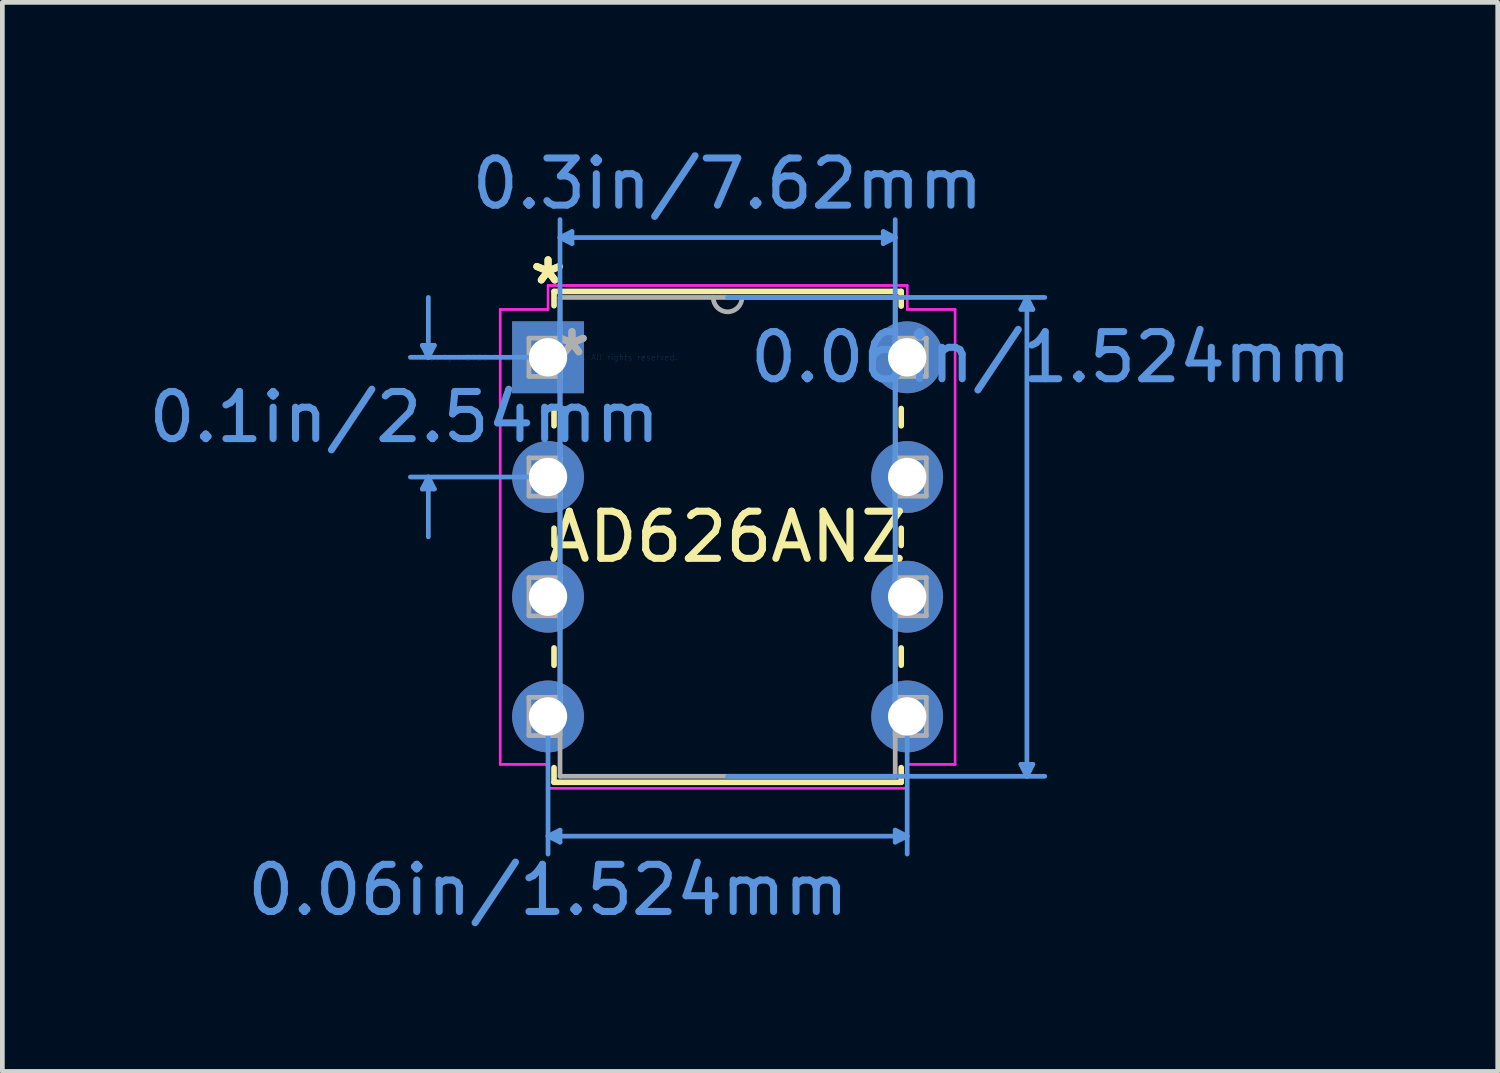
<source format=kicad_pcb>
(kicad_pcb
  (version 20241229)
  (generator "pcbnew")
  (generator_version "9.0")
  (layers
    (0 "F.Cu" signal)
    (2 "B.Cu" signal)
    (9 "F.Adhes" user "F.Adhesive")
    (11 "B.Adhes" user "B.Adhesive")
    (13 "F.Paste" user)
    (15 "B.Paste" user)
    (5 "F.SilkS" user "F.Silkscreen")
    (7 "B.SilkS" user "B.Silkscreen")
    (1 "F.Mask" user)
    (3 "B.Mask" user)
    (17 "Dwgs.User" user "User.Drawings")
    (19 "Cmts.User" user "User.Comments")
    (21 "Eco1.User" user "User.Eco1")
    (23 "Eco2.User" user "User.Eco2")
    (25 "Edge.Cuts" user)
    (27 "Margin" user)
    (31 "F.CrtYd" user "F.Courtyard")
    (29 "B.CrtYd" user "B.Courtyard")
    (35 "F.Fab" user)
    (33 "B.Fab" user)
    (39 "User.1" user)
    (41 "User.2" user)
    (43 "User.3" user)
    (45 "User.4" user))
  (footprint "AD626ANZ"
    (layer "F.Cu")
    (at 8.578 4.531)
    (property "Reference" "AD626ANZ" (at 3.81 3.81 0) (layer "F.SilkS") (effects (font (size 1 1) (thickness 0.15))))
    (attr through_hole)
    (fp_line (start 0.127 -1.397) (end 0.127 -1.095) (stroke (width 0.12) (type solid)) (layer "F.SilkS"))
    (fp_line (start 0.127 1.095) (end 0.127 1.453) (stroke (width 0.12) (type solid)) (layer "F.SilkS"))
    (fp_line (start 0.127 3.627) (end 0.127 3.993) (stroke (width 0.12) (type solid)) (layer "F.SilkS"))
    (fp_line (start 0.127 6.167) (end 0.127 6.533) (stroke (width 0.12) (type solid)) (layer "F.SilkS"))
    (fp_line (start 0.127 8.707) (end 0.127 9.017) (stroke (width 0.12) (type solid)) (layer "F.SilkS"))
    (fp_line (start 0.127 9.017) (end 7.493 9.017) (stroke (width 0.12) (type solid)) (layer "F.SilkS"))
    (fp_line (start 7.493 -1.397) (end 0.127 -1.397) (stroke (width 0.12) (type solid)) (layer "F.SilkS"))
    (fp_line (start 7.493 -1.087) (end 7.493 -1.397) (stroke (width 0.12) (type solid)) (layer "F.SilkS"))
    (fp_line (start 7.493 1.453) (end 7.493 1.087) (stroke (width 0.12) (type solid)) (layer "F.SilkS"))
    (fp_line (start 7.493 3.993) (end 7.493 3.627) (stroke (width 0.12) (type solid)) (layer "F.SilkS"))
    (fp_line (start 7.493 6.533) (end 7.493 6.167) (stroke (width 0.12) (type solid)) (layer "F.SilkS"))
    (fp_line (start 7.493 9.017) (end 7.493 8.707) (stroke (width 0.12) (type solid)) (layer "F.SilkS"))
    (fp_line (start -2.667 -0.254) (end -2.413 -0.254) (stroke (width 0.1) (type solid)) (layer "Cmts.User"))
    (fp_line (start -2.667 2.794) (end -2.413 2.794) (stroke (width 0.1) (type solid)) (layer "Cmts.User"))
    (fp_line (start -2.54 0) (end -2.667 -0.254) (stroke (width 0.1) (type solid)) (layer "Cmts.User"))
    (fp_line (start -2.54 0) (end -2.54 -1.27) (stroke (width 0.1) (type solid)) (layer "Cmts.User"))
    (fp_line (start -2.54 0) (end -2.413 -0.254) (stroke (width 0.1) (type solid)) (layer "Cmts.User"))
    (fp_line (start -2.54 2.54) (end -2.667 2.794) (stroke (width 0.1) (type solid)) (layer "Cmts.User"))
    (fp_line (start -2.54 2.54) (end -2.54 3.81) (stroke (width 0.1) (type solid)) (layer "Cmts.User"))
    (fp_line (start -2.54 2.54) (end -2.413 2.794) (stroke (width 0.1) (type solid)) (layer "Cmts.User"))
    (fp_line (start 0 0) (end -2.921 0) (stroke (width 0.1) (type solid)) (layer "Cmts.User"))
    (fp_line (start 0 2.54) (end -2.921 2.54) (stroke (width 0.1) (type solid)) (layer "Cmts.User"))
    (fp_line (start 0 7.62) (end 0 10.541) (stroke (width 0.1) (type solid)) (layer "Cmts.User"))
    (fp_line (start 0 10.16) (end 0.254 10.033) (stroke (width 0.1) (type solid)) (layer "Cmts.User"))
    (fp_line (start 0 10.16) (end 0.254 10.287) (stroke (width 0.1) (type solid)) (layer "Cmts.User"))
    (fp_line (start 0 10.16) (end 7.62 10.16) (stroke (width 0.1) (type solid)) (layer "Cmts.User"))
    (fp_line (start 0.254 -2.54) (end 0.508 -2.667) (stroke (width 0.1) (type solid)) (layer "Cmts.User"))
    (fp_line (start 0.254 -2.54) (end 0.508 -2.413) (stroke (width 0.1) (type solid)) (layer "Cmts.User"))
    (fp_line (start 0.254 -2.54) (end 7.366 -2.54) (stroke (width 0.1) (type solid)) (layer "Cmts.User"))
    (fp_line (start 0.254 7.62) (end 0.254 -2.921) (stroke (width 0.1) (type solid)) (layer "Cmts.User"))
    (fp_line (start 0.254 10.033) (end 0.254 10.287) (stroke (width 0.1) (type solid)) (layer "Cmts.User"))
    (fp_line (start 0.508 -2.667) (end 0.508 -2.413) (stroke (width 0.1) (type solid)) (layer "Cmts.User"))
    (fp_line (start 3.81 -1.27) (end 10.541 -1.27) (stroke (width 0.1) (type solid)) (layer "Cmts.User"))
    (fp_line (start 3.81 8.89) (end 10.541 8.89) (stroke (width 0.1) (type solid)) (layer "Cmts.User"))
    (fp_line (start 7.112 -2.667) (end 7.112 -2.413) (stroke (width 0.1) (type solid)) (layer "Cmts.User"))
    (fp_line (start 7.366 -2.54) (end 7.112 -2.667) (stroke (width 0.1) (type solid)) (layer "Cmts.User"))
    (fp_line (start 7.366 -2.54) (end 7.112 -2.413) (stroke (width 0.1) (type solid)) (layer "Cmts.User"))
    (fp_line (start 7.366 7.62) (end 7.366 -2.921) (stroke (width 0.1) (type solid)) (layer "Cmts.User"))
    (fp_line (start 7.366 10.033) (end 7.366 10.287) (stroke (width 0.1) (type solid)) (layer "Cmts.User"))
    (fp_line (start 7.62 7.62) (end 7.62 10.541) (stroke (width 0.1) (type solid)) (layer "Cmts.User"))
    (fp_line (start 7.62 10.16) (end 7.366 10.033) (stroke (width 0.1) (type solid)) (layer "Cmts.User"))
    (fp_line (start 7.62 10.16) (end 7.366 10.287) (stroke (width 0.1) (type solid)) (layer "Cmts.User"))
    (fp_line (start 10.033 -1.016) (end 10.287 -1.016) (stroke (width 0.1) (type solid)) (layer "Cmts.User"))
    (fp_line (start 10.033 8.636) (end 10.287 8.636) (stroke (width 0.1) (type solid)) (layer "Cmts.User"))
    (fp_line (start 10.16 -1.27) (end 10.033 -1.016) (stroke (width 0.1) (type solid)) (layer "Cmts.User"))
    (fp_line (start 10.16 -1.27) (end 10.16 8.89) (stroke (width 0.1) (type solid)) (layer "Cmts.User"))
    (fp_line (start 10.16 -1.27) (end 10.287 -1.016) (stroke (width 0.1) (type solid)) (layer "Cmts.User"))
    (fp_line (start 10.16 8.89) (end 10.033 8.636) (stroke (width 0.1) (type solid)) (layer "Cmts.User"))
    (fp_line (start 10.16 8.89) (end 10.287 8.636) (stroke (width 0.1) (type solid)) (layer "Cmts.User"))
    (fp_line (start -1.016 -1.016) (end -1.016 8.636) (stroke (width 0.05) (type solid)) (layer "F.CrtYd"))
    (fp_line (start -1.016 -1.016) (end 0 -1.016) (stroke (width 0.05) (type solid)) (layer "F.CrtYd"))
    (fp_line (start -1.016 8.636) (end -1.016 -1.016) (stroke (width 0.05) (type solid)) (layer "F.CrtYd"))
    (fp_line (start -1.016 8.636) (end 0 8.636) (stroke (width 0.05) (type solid)) (layer "F.CrtYd"))
    (fp_line (start 0 -1.524) (end 0 -1.016) (stroke (width 0.05) (type solid)) (layer "F.CrtYd"))
    (fp_line (start 0 -1.524) (end 7.62 -1.524) (stroke (width 0.05) (type solid)) (layer "F.CrtYd"))
    (fp_line (start 0 -1.016) (end -1.016 -1.016) (stroke (width 0.05) (type solid)) (layer "F.CrtYd"))
    (fp_line (start 0 -1.016) (end 0 -1.524) (stroke (width 0.05) (type solid)) (layer "F.CrtYd"))
    (fp_line (start 0 8.636) (end -1.016 8.636) (stroke (width 0.05) (type solid)) (layer "F.CrtYd"))
    (fp_line (start 0 8.636) (end 0 9.144) (stroke (width 0.05) (type solid)) (layer "F.CrtYd"))
    (fp_line (start 0 9.144) (end 0 8.636) (stroke (width 0.05) (type solid)) (layer "F.CrtYd"))
    (fp_line (start 0 9.144) (end 7.62 9.144) (stroke (width 0.05) (type solid)) (layer "F.CrtYd"))
    (fp_line (start 7.62 -1.524) (end 0 -1.524) (stroke (width 0.05) (type solid)) (layer "F.CrtYd"))
    (fp_line (start 7.62 -1.524) (end 7.62 -1.016) (stroke (width 0.05) (type solid)) (layer "F.CrtYd"))
    (fp_line (start 7.62 -1.016) (end 7.62 -1.524) (stroke (width 0.05) (type solid)) (layer "F.CrtYd"))
    (fp_line (start 7.62 8.636) (end 7.62 9.144) (stroke (width 0.05) (type solid)) (layer "F.CrtYd"))
    (fp_line (start 7.62 8.636) (end 8.636 8.636) (stroke (width 0.05) (type solid)) (layer "F.CrtYd"))
    (fp_line (start 7.62 9.144) (end 0 9.144) (stroke (width 0.05) (type solid)) (layer "F.CrtYd"))
    (fp_line (start 7.62 9.144) (end 7.62 8.636) (stroke (width 0.05) (type solid)) (layer "F.CrtYd"))
    (fp_line (start 8.636 -1.016) (end 7.62 -1.016) (stroke (width 0.05) (type solid)) (layer "F.CrtYd"))
    (fp_line (start 8.636 -1.016) (end 7.62 -1.016) (stroke (width 0.05) (type solid)) (layer "F.CrtYd"))
    (fp_line (start 8.636 -1.016) (end 8.636 8.636) (stroke (width 0.05) (type solid)) (layer "F.CrtYd"))
    (fp_line (start 8.636 8.636) (end 7.62 8.636) (stroke (width 0.05) (type solid)) (layer "F.CrtYd"))
    (fp_line (start 8.636 8.636) (end 8.636 -1.016) (stroke (width 0.05) (type solid)) (layer "F.CrtYd"))
    (fp_line (start -0.406 -0.406) (end -0.406 0.406) (stroke (width 0.1) (type solid)) (layer "F.Fab"))
    (fp_line (start -0.406 0.406) (end 0.254 0.406) (stroke (width 0.1) (type solid)) (layer "F.Fab"))
    (fp_line (start -0.406 2.134) (end -0.406 2.946) (stroke (width 0.1) (type solid)) (layer "F.Fab"))
    (fp_line (start -0.406 2.946) (end 0.254 2.946) (stroke (width 0.1) (type solid)) (layer "F.Fab"))
    (fp_line (start -0.406 4.674) (end -0.406 5.486) (stroke (width 0.1) (type solid)) (layer "F.Fab"))
    (fp_line (start -0.406 5.486) (end 0.254 5.486) (stroke (width 0.1) (type solid)) (layer "F.Fab"))
    (fp_line (start -0.406 7.214) (end -0.406 8.026) (stroke (width 0.1) (type solid)) (layer "F.Fab"))
    (fp_line (start -0.406 8.026) (end 0.254 8.026) (stroke (width 0.1) (type solid)) (layer "F.Fab"))
    (fp_line (start 0.254 -1.27) (end 0.254 8.89) (stroke (width 0.1) (type solid)) (layer "F.Fab"))
    (fp_line (start 0.254 -0.406) (end -0.406 -0.406) (stroke (width 0.1) (type solid)) (layer "F.Fab"))
    (fp_line (start 0.254 0.406) (end 0.254 -0.406) (stroke (width 0.1) (type solid)) (layer "F.Fab"))
    (fp_line (start 0.254 2.134) (end -0.406 2.134) (stroke (width 0.1) (type solid)) (layer "F.Fab"))
    (fp_line (start 0.254 2.946) (end 0.254 2.134) (stroke (width 0.1) (type solid)) (layer "F.Fab"))
    (fp_line (start 0.254 4.674) (end -0.406 4.674) (stroke (width 0.1) (type solid)) (layer "F.Fab"))
    (fp_line (start 0.254 5.486) (end 0.254 4.674) (stroke (width 0.1) (type solid)) (layer "F.Fab"))
    (fp_line (start 0.254 7.214) (end -0.406 7.214) (stroke (width 0.1) (type solid)) (layer "F.Fab"))
    (fp_line (start 0.254 8.026) (end 0.254 7.214) (stroke (width 0.1) (type solid)) (layer "F.Fab"))
    (fp_line (start 0.254 8.89) (end 7.366 8.89) (stroke (width 0.1) (type solid)) (layer "F.Fab"))
    (fp_line (start 7.366 -1.27) (end 0.254 -1.27) (stroke (width 0.1) (type solid)) (layer "F.Fab"))
    (fp_line (start 7.366 -0.406) (end 7.366 0.406) (stroke (width 0.1) (type solid)) (layer "F.Fab"))
    (fp_line (start 7.366 0.406) (end 8.026 0.406) (stroke (width 0.1) (type solid)) (layer "F.Fab"))
    (fp_line (start 7.366 2.134) (end 7.366 2.946) (stroke (width 0.1) (type solid)) (layer "F.Fab"))
    (fp_line (start 7.366 2.946) (end 8.026 2.946) (stroke (width 0.1) (type solid)) (layer "F.Fab"))
    (fp_line (start 7.366 4.674) (end 7.366 5.486) (stroke (width 0.1) (type solid)) (layer "F.Fab"))
    (fp_line (start 7.366 5.486) (end 8.026 5.486) (stroke (width 0.1) (type solid)) (layer "F.Fab"))
    (fp_line (start 7.366 7.214) (end 7.366 8.026) (stroke (width 0.1) (type solid)) (layer "F.Fab"))
    (fp_line (start 7.366 8.026) (end 8.026 8.026) (stroke (width 0.1) (type solid)) (layer "F.Fab"))
    (fp_line (start 7.366 8.89) (end 7.366 -1.27) (stroke (width 0.1) (type solid)) (layer "F.Fab"))
    (fp_line (start 8.026 -0.406) (end 7.366 -0.406) (stroke (width 0.1) (type solid)) (layer "F.Fab"))
    (fp_line (start 8.026 0.406) (end 8.026 -0.406) (stroke (width 0.1) (type solid)) (layer "F.Fab"))
    (fp_line (start 8.026 2.134) (end 7.366 2.134) (stroke (width 0.1) (type solid)) (layer "F.Fab"))
    (fp_line (start 8.026 2.946) (end 8.026 2.134) (stroke (width 0.1) (type solid)) (layer "F.Fab"))
    (fp_line (start 8.026 4.674) (end 7.366 4.674) (stroke (width 0.1) (type solid)) (layer "F.Fab"))
    (fp_line (start 8.026 5.486) (end 8.026 4.674) (stroke (width 0.1) (type solid)) (layer "F.Fab"))
    (fp_line (start 8.026 7.214) (end 7.366 7.214) (stroke (width 0.1) (type solid)) (layer "F.Fab"))
    (fp_line (start 8.026 8.026) (end 8.026 7.214) (stroke (width 0.1) (type solid)) (layer "F.Fab"))
    (fp_arc (start 4.1148 -1.27) (mid 3.81 -0.9652) (end 3.5052 -1.27) (stroke (width 0.1) (type solid)) (layer "F.Fab"))
    (fp_text user "*" (at 0 -1.524 0) (layer "F.SilkS") (effects (font (size 1 1) (thickness 0.15))))
    (fp_text user "*" (at 0 -1.524 0) (layer "F.SilkS") (effects (font (size 1 1) (thickness 0.15))))
    (fp_text user "0.3in/7.62mm" (at 3.81 -3.683 0) (layer "Cmts.User") (effects (font (size 1 1) (thickness 0.15))))
    (fp_text user "0.06in/1.524mm" (at 10.668 0 0) (layer "Cmts.User") (effects (font (size 1 1) (thickness 0.15))))
    (fp_text user "0.1in/2.54mm" (at -3.048 1.27 0) (layer "Cmts.User") (effects (font (size 1 1) (thickness 0.15))))
    (fp_text user "Copyright 2021 Accelerated Designs. All rights reserved." (at 0 0 0) (layer "Cmts.User") (effects (font (size 0.127 0.127) (thickness 0.002))))
    (fp_text user "0.06in/1.524mm" (at 0 11.303 0) (layer "Cmts.User") (effects (font (size 1 1) (thickness 0.15))))
    (fp_text user "*" (at 0.508 0 0) (layer "F.Fab") (effects (font (size 1 1) (thickness 0.15))))
    (fp_text user "*" (at 0.508 0 0) (layer "F.Fab") (effects (font (size 1 1) (thickness 0.15))))
    (pad "1" thru_hole rect (at 0 0) (size 1.524 1.524) (drill 0.813) (layers "*.Cu" "*.Mask"))
    (pad "2" thru_hole circle (at 0 2.54) (size 1.524 1.524) (drill 0.813) (layers "*.Cu" "*.Mask"))
    (pad "3" thru_hole circle (at 0 5.08) (size 1.524 1.524) (drill 0.813) (layers "*.Cu" "*.Mask"))
    (pad "4" thru_hole circle (at 0 7.62) (size 1.524 1.524) (drill 0.813) (layers "*.Cu" "*.Mask"))
    (pad "5" thru_hole circle (at 7.62 7.62) (size 1.524 1.524) (drill 0.813) (layers "*.Cu" "*.Mask"))
    (pad "6" thru_hole circle (at 7.62 5.08) (size 1.524 1.524) (drill 0.813) (layers "*.Cu" "*.Mask"))
    (pad "7" thru_hole circle (at 7.62 2.54) (size 1.524 1.524) (drill 0.813) (layers "*.Cu" "*.Mask"))
    (pad "8" thru_hole circle (at 7.62 0) (size 1.524 1.524) (drill 0.813) (layers "*.Cu" "*.Mask")))
  (gr_rect
    (start -3 -3)
    (end 28.728 19.683)
    (stroke (width 0.1) (type default))
    (fill no)
    (layer "Edge.Cuts")))
</source>
